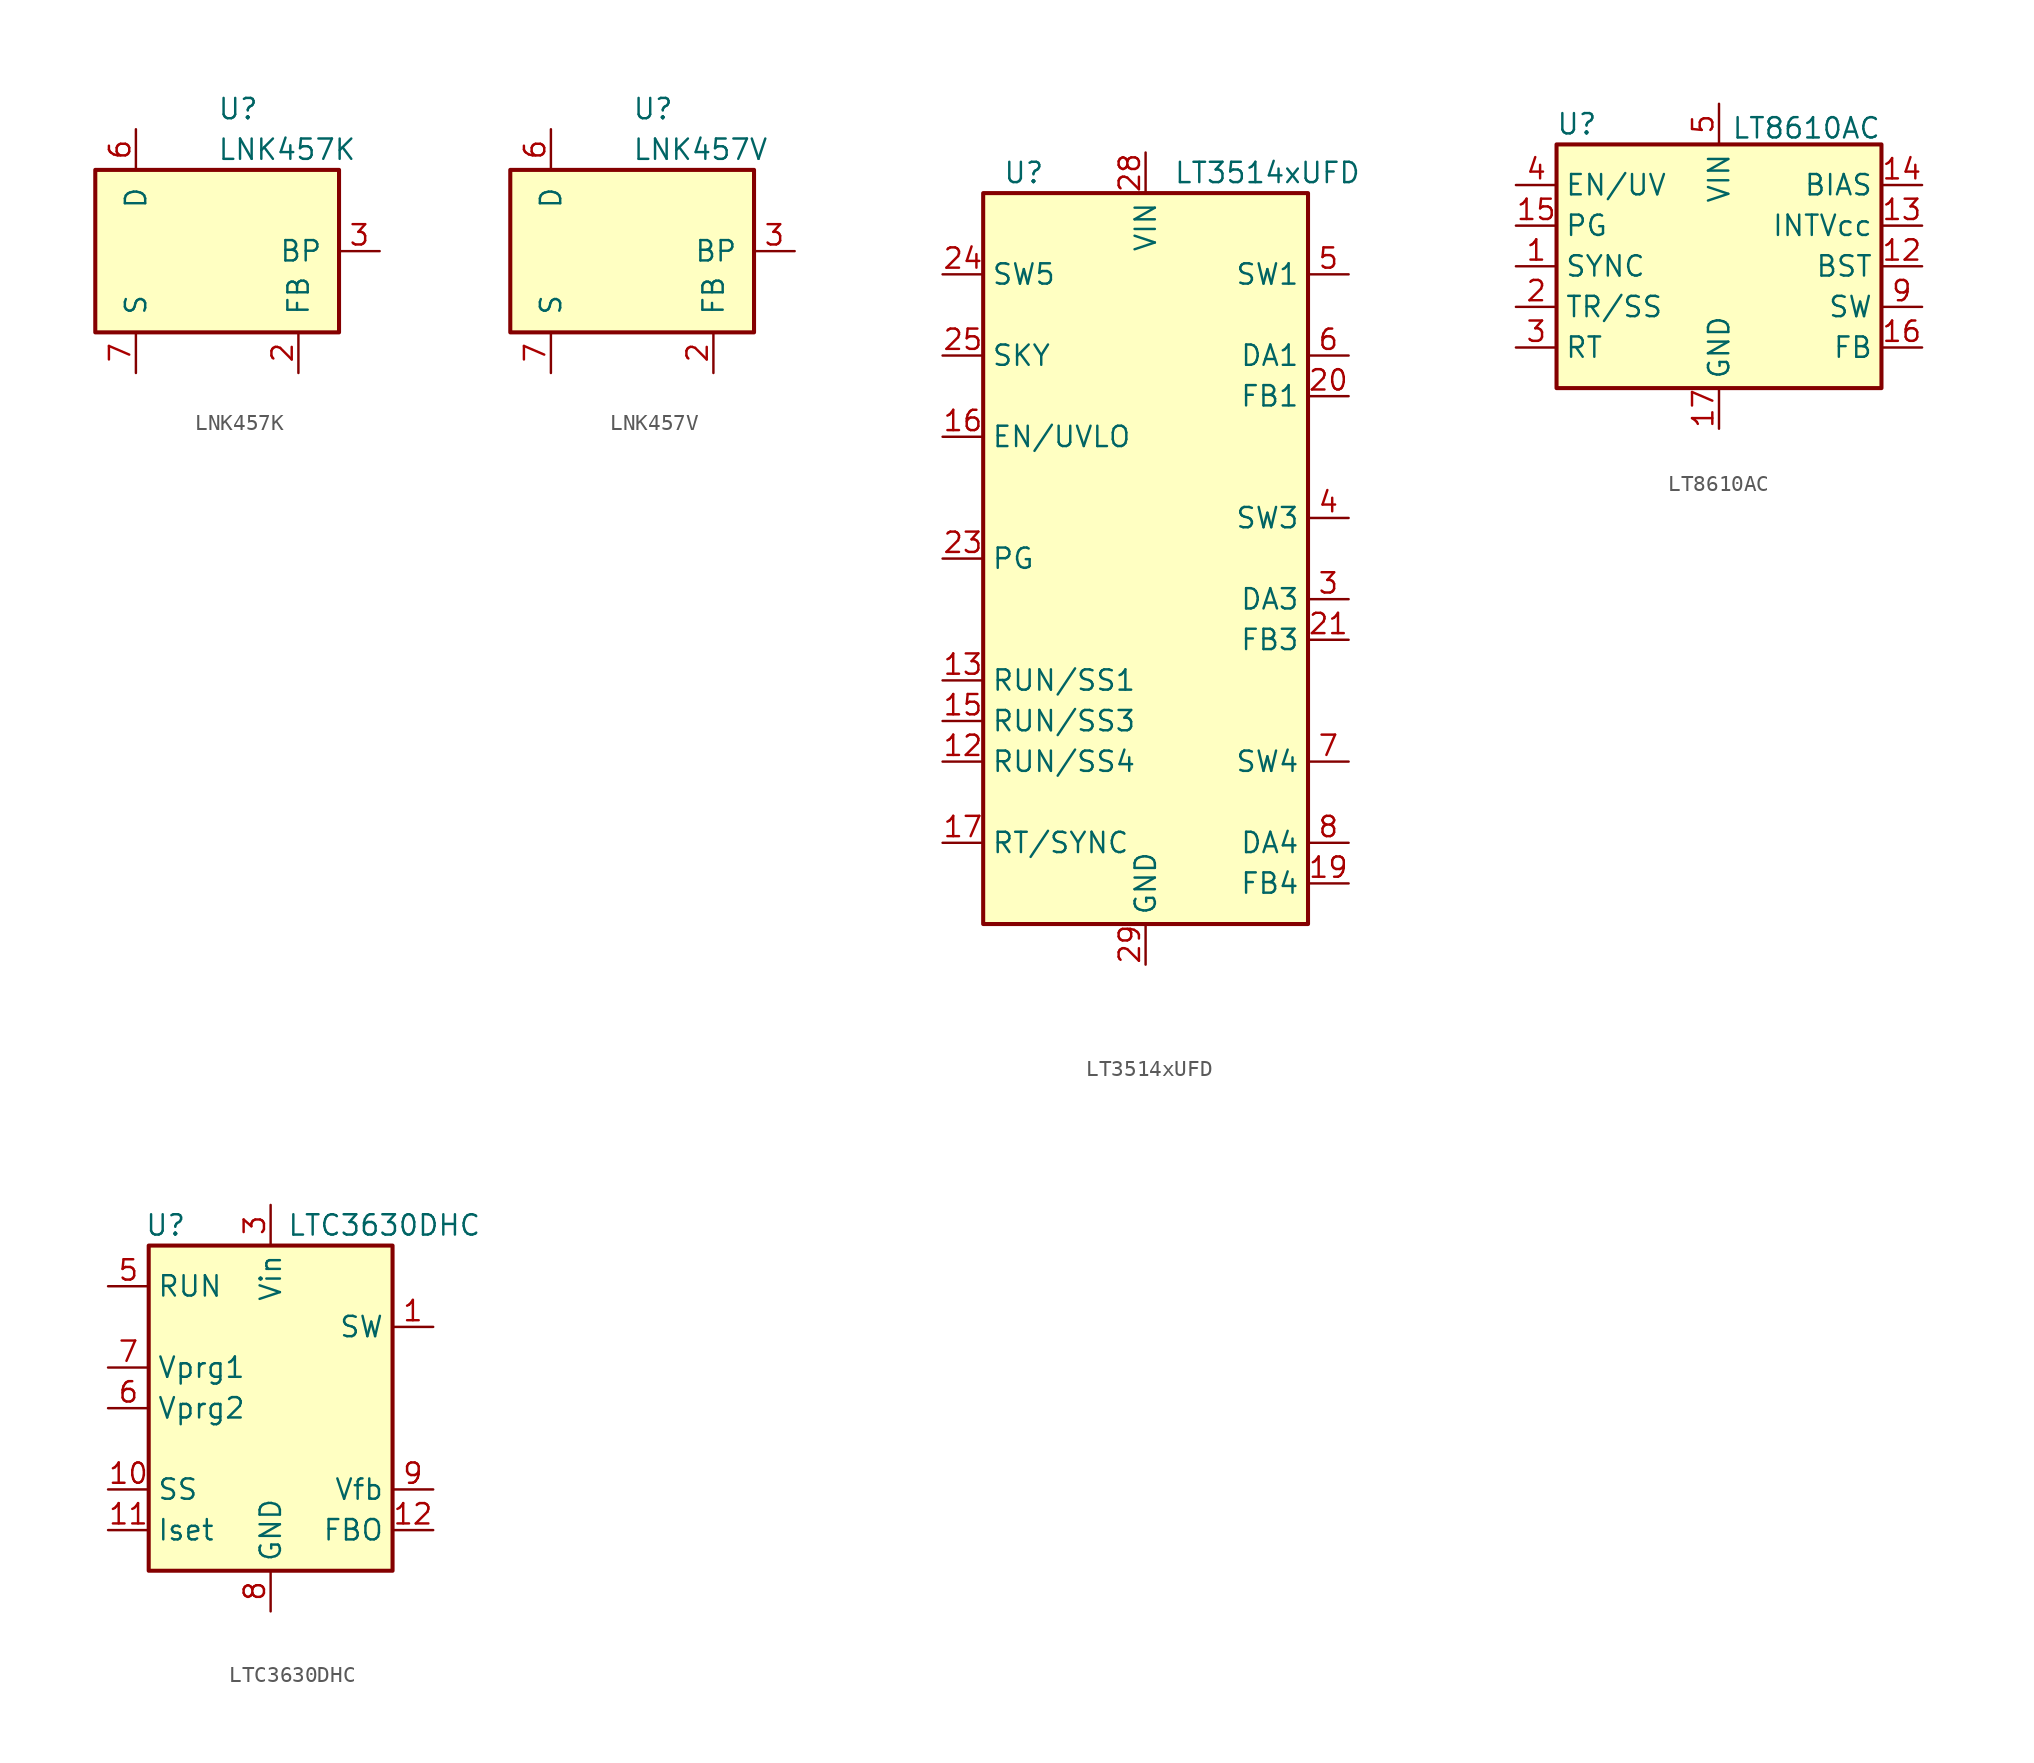
<source format=kicad_sym>
(kicad_symbol_lib
  (version 20201005)
  (generator kicad_symbol_editor)
  (symbol "Regulator_Switching:LNK457K"
    (pin_names
      (offset 1.016))
    (property "Reference" "U"
      (at 0 8.89 0)
      (effects (font (size 1.27 1.27)) (justify left)))
    (property "Value" "LNK457K"
      (at 0 6.35 0)
      (effects (font (size 1.27 1.27)) (justify left)))
    (symbol "LNK457K_0_1"
      (rectangle (start -7.62 5.08) (end 7.62 -5.08) (stroke (width 0.254)) (fill (type background))))
    (symbol "LNK457K_1_1"
      (pin no_connect line (at -2.54 5.08 270) (length 2.54) hide (name "NC" (effects (font (size 1.27 1.27)))) (number "1" (effects (font (size 1.27 1.27)))))
      (pin passive line (at -5.08 -7.62 90) (length 2.54) hide (name "S" (effects (font (size 1.27 1.27)))) (number "10" (effects (font (size 1.27 1.27)))))
      (pin passive line (at -5.08 -7.62 90) (length 2.54) hide (name "S" (effects (font (size 1.27 1.27)))) (number "11" (effects (font (size 1.27 1.27)))))
      (pin passive line (at -5.08 -7.62 90) (length 2.54) hide (name "S" (effects (font (size 1.27 1.27)))) (number "12" (effects (font (size 1.27 1.27)))))
      (pin passive line (at -5.08 -7.62 90) (length 2.54) hide (name "S" (effects (font (size 1.27 1.27)))) (number "13" (effects (font (size 1.27 1.27)))))
      (pin input line (at 5.08 -7.62 90) (length 2.54) (name "FB" (effects (font (size 1.27 1.27)))) (number "2" (effects (font (size 1.27 1.27)))))
      (pin input line (at 10.16 0 180) (length 2.54) (name "BP" (effects (font (size 1.27 1.27)))) (number "3" (effects (font (size 1.27 1.27)))))
      (pin no_connect line (at 0 5.08 270) (length 2.54) hide (name "NC" (effects (font (size 1.27 1.27)))) (number "4" (effects (font (size 1.27 1.27)))))
      (pin open_collector line (at -5.08 7.62 270) (length 2.54) (name "D" (effects (font (size 1.27 1.27)))) (number "6" (effects (font (size 1.27 1.27)))))
      (pin power_in line (at -5.08 -7.62 90) (length 2.54) (name "S" (effects (font (size 1.27 1.27)))) (number "7" (effects (font (size 1.27 1.27)))))
      (pin passive line (at -5.08 -7.62 90) (length 2.54) hide (name "S" (effects (font (size 1.27 1.27)))) (number "8" (effects (font (size 1.27 1.27)))))
      (pin passive line (at -5.08 -7.62 90) (length 2.54) hide (name "S" (effects (font (size 1.27 1.27)))) (number "9" (effects (font (size 1.27 1.27)))))))
  (symbol "Regulator_Switching:LNK457V"
    (pin_names
      (offset 1.016))
    (property "Reference" "U"
      (at 0 8.89 0)
      (effects (font (size 1.27 1.27)) (justify left)))
    (property "Value" "LNK457V"
      (at 0 6.35 0)
      (effects (font (size 1.27 1.27)) (justify left)))
    (symbol "LNK457V_0_1"
      (rectangle (start -7.62 5.08) (end 7.62 -5.08) (stroke (width 0.254)) (fill (type background))))
    (symbol "LNK457V_1_1"
      (pin no_connect line (at -2.54 5.08 270) (length 2.54) hide (name "NC" (effects (font (size 1.27 1.27)))) (number "1" (effects (font (size 1.27 1.27)))))
      (pin passive line (at -5.08 -7.62 90) (length 2.54) hide (name "S" (effects (font (size 1.27 1.27)))) (number "10" (effects (font (size 1.27 1.27)))))
      (pin passive line (at -5.08 -7.62 90) (length 2.54) hide (name "S" (effects (font (size 1.27 1.27)))) (number "11" (effects (font (size 1.27 1.27)))))
      (pin passive line (at -5.08 -7.62 90) (length 2.54) hide (name "S" (effects (font (size 1.27 1.27)))) (number "12" (effects (font (size 1.27 1.27)))))
      (pin input line (at 5.08 -7.62 90) (length 2.54) (name "FB" (effects (font (size 1.27 1.27)))) (number "2" (effects (font (size 1.27 1.27)))))
      (pin input line (at 10.16 0 180) (length 2.54) (name "BP" (effects (font (size 1.27 1.27)))) (number "3" (effects (font (size 1.27 1.27)))))
      (pin no_connect line (at 0 5.08 270) (length 2.54) hide (name "NC" (effects (font (size 1.27 1.27)))) (number "4" (effects (font (size 1.27 1.27)))))
      (pin open_collector line (at -5.08 7.62 270) (length 2.54) (name "D" (effects (font (size 1.27 1.27)))) (number "6" (effects (font (size 1.27 1.27)))))
      (pin power_in line (at -5.08 -7.62 90) (length 2.54) (name "S" (effects (font (size 1.27 1.27)))) (number "7" (effects (font (size 1.27 1.27)))))
      (pin passive line (at -5.08 -7.62 90) (length 2.54) hide (name "S" (effects (font (size 1.27 1.27)))) (number "8" (effects (font (size 1.27 1.27)))))
      (pin passive line (at -5.08 -7.62 90) (length 2.54) hide (name "S" (effects (font (size 1.27 1.27)))) (number "9" (effects (font (size 1.27 1.27)))))))
  (symbol "Regulator_Switching:LT3514xUFD"
    (property "Reference" "U"
      (at -7.62 24.13 0)
      (effects (font (size 1.27 1.27))))
    (property "Value" "LT3514xUFD"
      (at 7.62 24.13 0)
      (effects (font (size 1.27 1.27))))
    (symbol "LT3514xUFD_0_1"
      (rectangle (start -10.16 22.86) (end 10.16 -22.86) (stroke (width 0.254)) (fill (type background))))
    (symbol "LT3514xUFD_1_1"
      (pin no_connect line (at -10.16 5.08 0) (length 2.54) hide (name "NC" (effects (font (size 1.27 1.27)))) (number "1" (effects (font (size 1.27 1.27)))))
      (pin passive line (at 0 -25.4 90) (length 2.54) hide (name "GND" (effects (font (size 1.27 1.27)))) (number "10" (effects (font (size 1.27 1.27)))))
      (pin passive line (at 0 25.4 270) (length 2.54) hide (name "VIN" (effects (font (size 1.27 1.27)))) (number "11" (effects (font (size 1.27 1.27)))))
      (pin input line (at -12.7 -12.7 0) (length 2.54) (name "RUN/SS4" (effects (font (size 1.27 1.27)))) (number "12" (effects (font (size 1.27 1.27)))))
      (pin input line (at -12.7 -7.62 0) (length 2.54) (name "RUN/SS1" (effects (font (size 1.27 1.27)))) (number "13" (effects (font (size 1.27 1.27)))))
      (pin no_connect line (at -10.16 -2.54 0) (length 2.54) hide (name "NC" (effects (font (size 1.27 1.27)))) (number "14" (effects (font (size 1.27 1.27)))))
      (pin input line (at -12.7 -10.16 0) (length 2.54) (name "RUN/SS3" (effects (font (size 1.27 1.27)))) (number "15" (effects (font (size 1.27 1.27)))))
      (pin input line (at -12.7 7.62 0) (length 2.54) (name "EN/UVLO" (effects (font (size 1.27 1.27)))) (number "16" (effects (font (size 1.27 1.27)))))
      (pin passive line (at -12.7 -17.78 0) (length 2.54) (name "RT/SYNC" (effects (font (size 1.27 1.27)))) (number "17" (effects (font (size 1.27 1.27)))))
      (pin passive line (at 0 -25.4 90) (length 2.54) hide (name "GND" (effects (font (size 1.27 1.27)))) (number "18" (effects (font (size 1.27 1.27)))))
      (pin input line (at 12.7 -20.32 180) (length 2.54) (name "FB4" (effects (font (size 1.27 1.27)))) (number "19" (effects (font (size 1.27 1.27)))))
      (pin no_connect line (at -10.16 2.54 0) (length 2.54) hide (name "NC" (effects (font (size 1.27 1.27)))) (number "2" (effects (font (size 1.27 1.27)))))
      (pin input line (at 12.7 10.16 180) (length 2.54) (name "FB1" (effects (font (size 1.27 1.27)))) (number "20" (effects (font (size 1.27 1.27)))))
      (pin input line (at 12.7 -5.08 180) (length 2.54) (name "FB3" (effects (font (size 1.27 1.27)))) (number "21" (effects (font (size 1.27 1.27)))))
      (pin no_connect line (at -10.16 -5.08 0) (length 2.54) hide (name "NC" (effects (font (size 1.27 1.27)))) (number "22" (effects (font (size 1.27 1.27)))))
      (pin open_collector line (at -12.7 0 0) (length 2.54) (name "PG" (effects (font (size 1.27 1.27)))) (number "23" (effects (font (size 1.27 1.27)))))
      (pin open_collector line (at -12.7 17.78 0) (length 2.54) (name "SW5" (effects (font (size 1.27 1.27)))) (number "24" (effects (font (size 1.27 1.27)))))
      (pin passive line (at -12.7 12.7 0) (length 2.54) (name "SKY" (effects (font (size 1.27 1.27)))) (number "25" (effects (font (size 1.27 1.27)))))
      (pin passive line (at 0 25.4 270) (length 2.54) hide (name "VIN" (effects (font (size 1.27 1.27)))) (number "26" (effects (font (size 1.27 1.27)))))
      (pin passive line (at 0 -25.4 90) (length 2.54) hide (name "GND" (effects (font (size 1.27 1.27)))) (number "27" (effects (font (size 1.27 1.27)))))
      (pin power_in line (at 0 25.4 270) (length 2.54) (name "VIN" (effects (font (size 1.27 1.27)))) (number "28" (effects (font (size 1.27 1.27)))))
      (pin power_in line (at 0 -25.4 90) (length 2.54) (name "GND" (effects (font (size 1.27 1.27)))) (number "29" (effects (font (size 1.27 1.27)))))
      (pin input line (at 12.7 -2.54 180) (length 2.54) (name "DA3" (effects (font (size 1.27 1.27)))) (number "3" (effects (font (size 1.27 1.27)))))
      (pin power_out line (at 12.7 2.54 180) (length 2.54) (name "SW3" (effects (font (size 1.27 1.27)))) (number "4" (effects (font (size 1.27 1.27)))))
      (pin power_out line (at 12.7 17.78 180) (length 2.54) (name "SW1" (effects (font (size 1.27 1.27)))) (number "5" (effects (font (size 1.27 1.27)))))
      (pin input line (at 12.7 12.7 180) (length 2.54) (name "DA1" (effects (font (size 1.27 1.27)))) (number "6" (effects (font (size 1.27 1.27)))))
      (pin power_out line (at 12.7 -12.7 180) (length 2.54) (name "SW4" (effects (font (size 1.27 1.27)))) (number "7" (effects (font (size 1.27 1.27)))))
      (pin input line (at 12.7 -17.78 180) (length 2.54) (name "DA4" (effects (font (size 1.27 1.27)))) (number "8" (effects (font (size 1.27 1.27)))))
      (pin passive line (at 0 25.4 270) (length 2.54) hide (name "VIN" (effects (font (size 1.27 1.27)))) (number "9" (effects (font (size 1.27 1.27)))))))
  (symbol "Regulator_Switching:LT8610AC"
    (property "Reference" "U"
      (at -8.89 8.89 0)
      (effects (font (size 1.27 1.27))))
    (property "Value" "LT8610AC"
      (at 0.762 8.636 0)
      (effects (font (size 1.27 1.27)) (justify left)))
    (symbol "LT8610AC_0_1"
      (rectangle (start -10.16 7.62) (end 10.16 -7.62) (stroke (width 0.254)) (fill (type background))))
    (symbol "LT8610AC_1_1"
      (pin input line (at -12.7 0 0) (length 2.54) (name "SYNC" (effects (font (size 1.27 1.27)))) (number "1" (effects (font (size 1.27 1.27)))))
      (pin passive line (at 12.7 -2.54 180) (length 2.54) hide (name "SW" (effects (font (size 1.27 1.27)))) (number "10" (effects (font (size 1.27 1.27)))))
      (pin passive line (at 12.7 -2.54 180) (length 2.54) hide (name "SW" (effects (font (size 1.27 1.27)))) (number "11" (effects (font (size 1.27 1.27)))))
      (pin input line (at 12.7 0 180) (length 2.54) (name "BST" (effects (font (size 1.27 1.27)))) (number "12" (effects (font (size 1.27 1.27)))))
      (pin passive line (at 12.7 2.54 180) (length 2.54) (name "INTVcc" (effects (font (size 1.27 1.27)))) (number "13" (effects (font (size 1.27 1.27)))))
      (pin input line (at 12.7 5.08 180) (length 2.54) (name "BIAS" (effects (font (size 1.27 1.27)))) (number "14" (effects (font (size 1.27 1.27)))))
      (pin open_collector line (at -12.7 2.54 0) (length 2.54) (name "PG" (effects (font (size 1.27 1.27)))) (number "15" (effects (font (size 1.27 1.27)))))
      (pin input line (at 12.7 -5.08 180) (length 2.54) (name "FB" (effects (font (size 1.27 1.27)))) (number "16" (effects (font (size 1.27 1.27)))))
      (pin power_out line (at 0 -10.16 90) (length 2.54) (name "GND" (effects (font (size 1.27 1.27)))) (number "17" (effects (font (size 1.27 1.27)))))
      (pin input line (at -12.7 -2.54 0) (length 2.54) (name "TR/SS" (effects (font (size 1.27 1.27)))) (number "2" (effects (font (size 1.27 1.27)))))
      (pin passive line (at -12.7 -5.08 0) (length 2.54) (name "RT" (effects (font (size 1.27 1.27)))) (number "3" (effects (font (size 1.27 1.27)))))
      (pin input line (at -12.7 5.08 0) (length 2.54) (name "EN/UV" (effects (font (size 1.27 1.27)))) (number "4" (effects (font (size 1.27 1.27)))))
      (pin power_in line (at 0 10.16 270) (length 2.54) (name "VIN" (effects (font (size 1.27 1.27)))) (number "5" (effects (font (size 1.27 1.27)))))
      (pin passive line (at 0 10.16 270) (length 2.54) hide (name "VIN" (effects (font (size 1.27 1.27)))) (number "6" (effects (font (size 1.27 1.27)))))
      (pin no_connect line (at 2.54 -7.62 90) (length 2.54) hide (name "NC" (effects (font (size 1.27 1.27)))) (number "7" (effects (font (size 1.27 1.27)))))
      (pin passive line (at 0 -10.16 90) (length 2.54) hide (name "GND" (effects (font (size 1.27 1.27)))) (number "8" (effects (font (size 1.27 1.27)))))
      (pin output line (at 12.7 -2.54 180) (length 2.54) (name "SW" (effects (font (size 1.27 1.27)))) (number "9" (effects (font (size 1.27 1.27)))))))
  (symbol "Regulator_Switching:LTC3630DHC"
    (property "Reference" "U"
      (at -7.874 11.43 0)
      (effects (font (size 1.27 1.27)) (justify left)))
    (property "Value" "LTC3630DHC"
      (at 1.016 11.43 0)
      (effects (font (size 1.27 1.27)) (justify left)))
    (symbol "LTC3630DHC_0_1"
      (rectangle (start -7.62 10.16) (end 7.62 -10.16) (stroke (width 0.254)) (fill (type background))))
    (symbol "LTC3630DHC_1_1"
      (pin passive line (at 10.16 5.08 180) (length 2.54) (name "SW" (effects (font (size 1.27 1.27)))) (number "1" (effects (font (size 1.27 1.27)))))
      (pin passive line (at -10.16 -5.08 0) (length 2.54) (name "SS" (effects (font (size 1.27 1.27)))) (number "10" (effects (font (size 1.27 1.27)))))
      (pin passive line (at -10.16 -7.62 0) (length 2.54) (name "Iset" (effects (font (size 1.27 1.27)))) (number "11" (effects (font (size 1.27 1.27)))))
      (pin output line (at 10.16 -7.62 180) (length 2.54) (name "FBO" (effects (font (size 1.27 1.27)))) (number "12" (effects (font (size 1.27 1.27)))))
      (pin no_connect line (at 5.08 2.54 180) (length 2.54) hide (name "NC" (effects (font (size 1.27 1.27)))) (number "13" (effects (font (size 1.27 1.27)))))
      (pin passive line (at 0 -12.7 90) (length 2.54) hide (name "GND" (effects (font (size 1.27 1.27)))) (number "14" (effects (font (size 1.27 1.27)))))
      (pin no_connect line (at -5.08 5.08 0) (length 2.54) hide (name "NC" (effects (font (size 1.27 1.27)))) (number "15" (effects (font (size 1.27 1.27)))))
      (pin passive line (at 0 -12.7 90) (length 2.54) hide (name "GND" (effects (font (size 1.27 1.27)))) (number "16" (effects (font (size 1.27 1.27)))))
      (pin passive line (at 0 -12.7 90) (length 2.54) hide (name "GND" (effects (font (size 1.27 1.27)))) (number "17" (effects (font (size 1.27 1.27)))))
      (pin no_connect line (at 5.08 0 180) (length 2.54) hide (name "NC" (effects (font (size 1.27 1.27)))) (number "2" (effects (font (size 1.27 1.27)))))
      (pin power_in line (at 0 12.7 270) (length 2.54) (name "Vin" (effects (font (size 1.27 1.27)))) (number "3" (effects (font (size 1.27 1.27)))))
      (pin no_connect line (at 5.08 -2.54 180) (length 2.54) hide (name "NC" (effects (font (size 1.27 1.27)))) (number "4" (effects (font (size 1.27 1.27)))))
      (pin input line (at -10.16 7.62 0) (length 2.54) (name "RUN" (effects (font (size 1.27 1.27)))) (number "5" (effects (font (size 1.27 1.27)))))
      (pin input line (at -10.16 0 0) (length 2.54) (name "Vprg2" (effects (font (size 1.27 1.27)))) (number "6" (effects (font (size 1.27 1.27)))))
      (pin input line (at -10.16 2.54 0) (length 2.54) (name "Vprg1" (effects (font (size 1.27 1.27)))) (number "7" (effects (font (size 1.27 1.27)))))
      (pin power_in line (at 0 -12.7 90) (length 2.54) (name "GND" (effects (font (size 1.27 1.27)))) (number "8" (effects (font (size 1.27 1.27)))))
      (pin input line (at 10.16 -5.08 180) (length 2.54) (name "Vfb" (effects (font (size 1.27 1.27)))) (number "9" (effects (font (size 1.27 1.27))))))))
</source>
